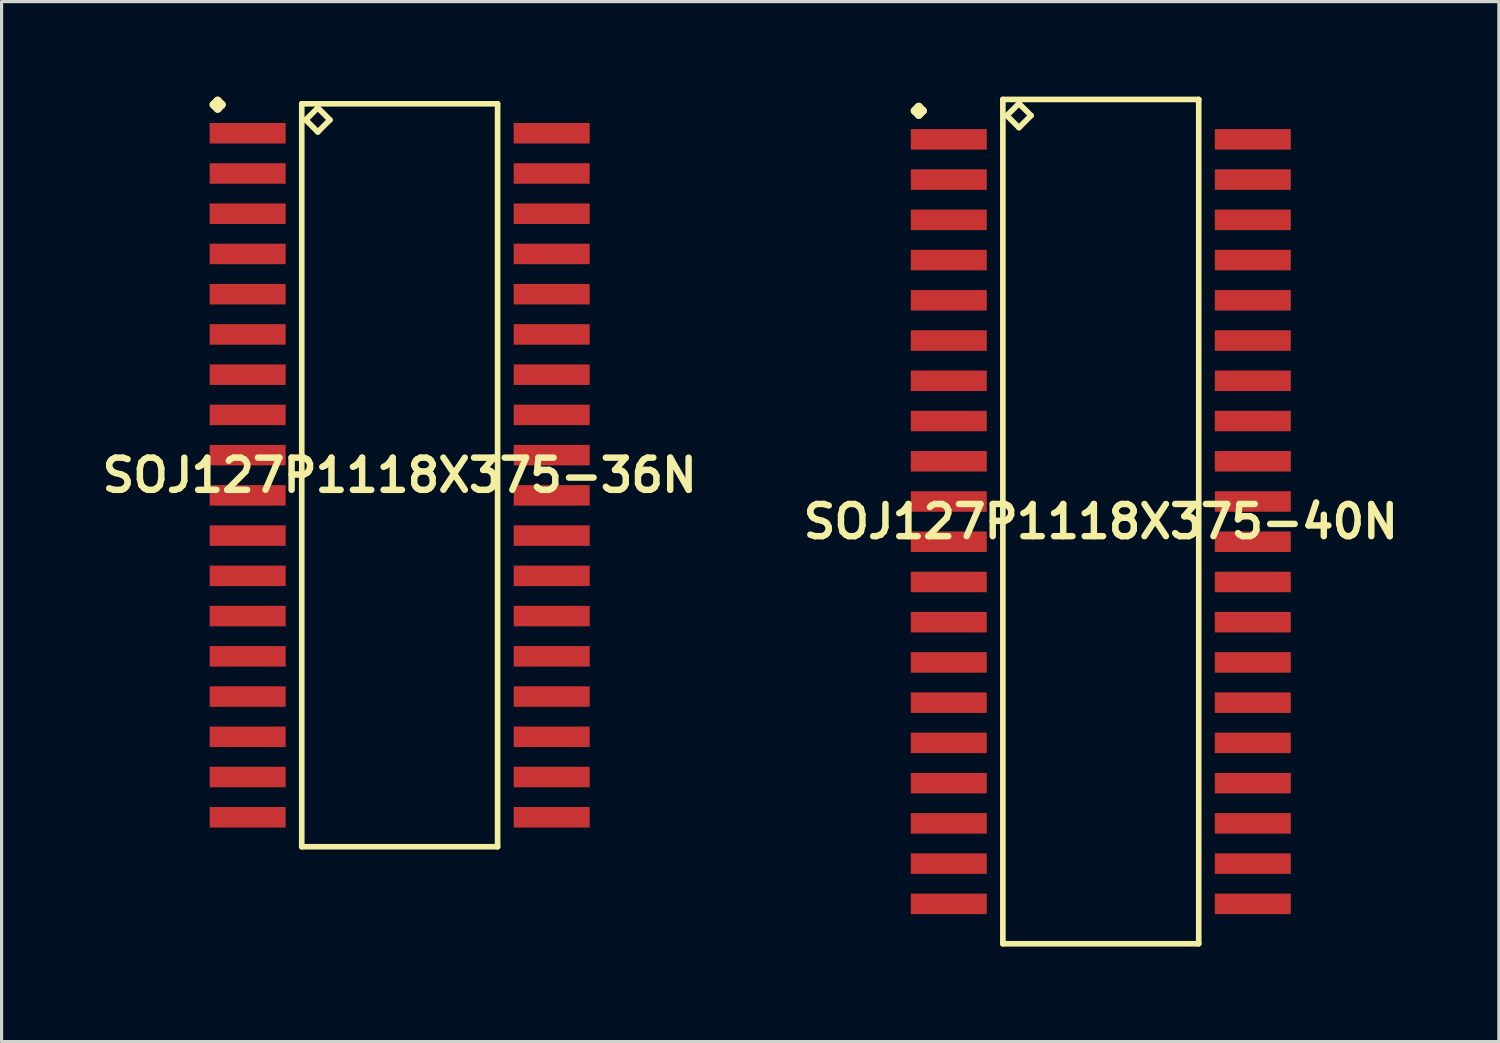
<source format=kicad_pcb>
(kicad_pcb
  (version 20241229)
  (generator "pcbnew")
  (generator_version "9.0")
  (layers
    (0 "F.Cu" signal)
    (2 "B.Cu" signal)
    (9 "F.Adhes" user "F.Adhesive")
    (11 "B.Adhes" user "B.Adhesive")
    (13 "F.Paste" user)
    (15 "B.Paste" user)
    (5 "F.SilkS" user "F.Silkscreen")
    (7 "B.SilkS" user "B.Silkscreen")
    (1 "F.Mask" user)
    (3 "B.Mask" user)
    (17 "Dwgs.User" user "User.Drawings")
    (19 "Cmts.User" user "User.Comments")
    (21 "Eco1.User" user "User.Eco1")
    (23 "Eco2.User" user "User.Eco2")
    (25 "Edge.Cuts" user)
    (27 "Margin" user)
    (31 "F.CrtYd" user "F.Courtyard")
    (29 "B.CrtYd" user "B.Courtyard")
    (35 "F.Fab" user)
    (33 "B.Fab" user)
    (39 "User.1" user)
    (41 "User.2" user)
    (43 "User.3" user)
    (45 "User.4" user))
  (footprint "SOJ127P1118X375-40N"
    (layer "F.Cu")
    (at 31.695 13.414)
    (property "Reference" "SOJ127P1118X375-40N" (at 0 0 0) (layer "F.SilkS") (effects (font (size 1.016 1.016) (thickness 0.203))))
    (attr smd)
    (fp_line (start -5.872 -12.967) (end -5.745 -13.094) (stroke (width 0.254) (type solid)) (layer "F.SilkS"))
    (fp_line (start -5.745 -13.094) (end -5.618 -12.967) (stroke (width 0.254) (type solid)) (layer "F.SilkS"))
    (fp_line (start -5.745 -12.84) (end -5.872 -12.967) (stroke (width 0.254) (type solid)) (layer "F.SilkS"))
    (fp_line (start -5.618 -12.967) (end -5.745 -12.84) (stroke (width 0.254) (type solid)) (layer "F.SilkS"))
    (fp_line (start -3.091 -13.325) (end -3.091 13.325) (stroke (width 0.178) (type solid)) (layer "F.SilkS"))
    (fp_line (start -3.091 13.325) (end 3.091 13.325) (stroke (width 0.178) (type solid)) (layer "F.SilkS"))
    (fp_line (start -2.964 -12.817) (end -2.583 -13.198) (stroke (width 0.178) (type solid)) (layer "F.SilkS"))
    (fp_line (start -2.583 -13.198) (end -2.202 -12.817) (stroke (width 0.178) (type solid)) (layer "F.SilkS"))
    (fp_line (start -2.583 -12.436) (end -2.964 -12.817) (stroke (width 0.178) (type solid)) (layer "F.SilkS"))
    (fp_line (start -2.202 -12.817) (end -2.583 -12.436) (stroke (width 0.178) (type solid)) (layer "F.SilkS"))
    (fp_line (start 3.091 -13.325) (end -3.091 -13.325) (stroke (width 0.178) (type solid)) (layer "F.SilkS"))
    (fp_line (start 3.091 13.325) (end 3.091 -13.325) (stroke (width 0.178) (type solid)) (layer "F.SilkS"))
    (pad "1" smd rect (at -4.798 -12.065) (size 2.398 0.648) (layers "F.Cu" "F.Mask" "F.Paste"))
    (pad "2" smd rect (at -4.798 -10.795) (size 2.398 0.648) (layers "F.Cu" "F.Mask" "F.Paste"))
    (pad "3" smd rect (at -4.798 -9.525) (size 2.398 0.648) (layers "F.Cu" "F.Mask" "F.Paste"))
    (pad "4" smd rect (at -4.798 -8.255) (size 2.398 0.648) (layers "F.Cu" "F.Mask" "F.Paste"))
    (pad "5" smd rect (at -4.798 -6.985) (size 2.398 0.648) (layers "F.Cu" "F.Mask" "F.Paste"))
    (pad "6" smd rect (at -4.798 -5.715) (size 2.398 0.648) (layers "F.Cu" "F.Mask" "F.Paste"))
    (pad "7" smd rect (at -4.798 -4.445) (size 2.398 0.648) (layers "F.Cu" "F.Mask" "F.Paste"))
    (pad "8" smd rect (at -4.798 -3.175) (size 2.398 0.648) (layers "F.Cu" "F.Mask" "F.Paste"))
    (pad "9" smd rect (at -4.798 -1.905) (size 2.398 0.648) (layers "F.Cu" "F.Mask" "F.Paste"))
    (pad "10" smd rect (at -4.798 -0.635) (size 2.398 0.648) (layers "F.Cu" "F.Mask" "F.Paste"))
    (pad "11" smd rect (at -4.798 0.635) (size 2.398 0.648) (layers "F.Cu" "F.Mask" "F.Paste"))
    (pad "12" smd rect (at -4.798 1.905) (size 2.398 0.648) (layers "F.Cu" "F.Mask" "F.Paste"))
    (pad "13" smd rect (at -4.798 3.175) (size 2.398 0.648) (layers "F.Cu" "F.Mask" "F.Paste"))
    (pad "14" smd rect (at -4.798 4.445) (size 2.398 0.648) (layers "F.Cu" "F.Mask" "F.Paste"))
    (pad "15" smd rect (at -4.798 5.715) (size 2.398 0.648) (layers "F.Cu" "F.Mask" "F.Paste"))
    (pad "16" smd rect (at -4.798 6.985) (size 2.398 0.648) (layers "F.Cu" "F.Mask" "F.Paste"))
    (pad "17" smd rect (at -4.798 8.255) (size 2.398 0.648) (layers "F.Cu" "F.Mask" "F.Paste"))
    (pad "18" smd rect (at -4.798 9.525) (size 2.398 0.648) (layers "F.Cu" "F.Mask" "F.Paste"))
    (pad "19" smd rect (at -4.798 10.795) (size 2.398 0.648) (layers "F.Cu" "F.Mask" "F.Paste"))
    (pad "20" smd rect (at -4.798 12.065) (size 2.398 0.648) (layers "F.Cu" "F.Mask" "F.Paste"))
    (pad "21" smd rect (at 4.798 12.065) (size 2.398 0.648) (layers "F.Cu" "F.Mask" "F.Paste"))
    (pad "22" smd rect (at 4.798 10.795) (size 2.398 0.648) (layers "F.Cu" "F.Mask" "F.Paste"))
    (pad "23" smd rect (at 4.798 9.525) (size 2.398 0.648) (layers "F.Cu" "F.Mask" "F.Paste"))
    (pad "24" smd rect (at 4.798 8.255) (size 2.398 0.648) (layers "F.Cu" "F.Mask" "F.Paste"))
    (pad "25" smd rect (at 4.798 6.985) (size 2.398 0.648) (layers "F.Cu" "F.Mask" "F.Paste"))
    (pad "26" smd rect (at 4.798 5.715) (size 2.398 0.648) (layers "F.Cu" "F.Mask" "F.Paste"))
    (pad "27" smd rect (at 4.798 4.445) (size 2.398 0.648) (layers "F.Cu" "F.Mask" "F.Paste"))
    (pad "28" smd rect (at 4.798 3.175) (size 2.398 0.648) (layers "F.Cu" "F.Mask" "F.Paste"))
    (pad "29" smd rect (at 4.798 1.905) (size 2.398 0.648) (layers "F.Cu" "F.Mask" "F.Paste"))
    (pad "30" smd rect (at 4.798 0.635) (size 2.398 0.648) (layers "F.Cu" "F.Mask" "F.Paste"))
    (pad "31" smd rect (at 4.798 -0.635) (size 2.398 0.648) (layers "F.Cu" "F.Mask" "F.Paste"))
    (pad "32" smd rect (at 4.798 -1.905) (size 2.398 0.648) (layers "F.Cu" "F.Mask" "F.Paste"))
    (pad "33" smd rect (at 4.798 -3.175) (size 2.398 0.648) (layers "F.Cu" "F.Mask" "F.Paste"))
    (pad "34" smd rect (at 4.798 -4.445) (size 2.398 0.648) (layers "F.Cu" "F.Mask" "F.Paste"))
    (pad "35" smd rect (at 4.798 -5.715) (size 2.398 0.648) (layers "F.Cu" "F.Mask" "F.Paste"))
    (pad "36" smd rect (at 4.798 -6.985) (size 2.398 0.648) (layers "F.Cu" "F.Mask" "F.Paste"))
    (pad "37" smd rect (at 4.798 -8.255) (size 2.398 0.648) (layers "F.Cu" "F.Mask" "F.Paste"))
    (pad "38" smd rect (at 4.798 -9.525) (size 2.398 0.648) (layers "F.Cu" "F.Mask" "F.Paste"))
    (pad "39" smd rect (at 4.798 -10.795) (size 2.398 0.648) (layers "F.Cu" "F.Mask" "F.Paste"))
    (pad "40" smd rect (at 4.798 -12.065) (size 2.398 0.648) (layers "F.Cu" "F.Mask" "F.Paste")))
  (footprint "SOJ127P1118X375-36N"
    (layer "F.Cu")
    (at 9.565 11.951)
    (property "Reference" "SOJ127P1118X375-36N" (at 0 0 0) (layer "F.SilkS") (effects (font (size 1.016 1.016) (thickness 0.203))))
    (attr smd)
    (fp_line (start -5.872 -11.697) (end -5.745 -11.824) (stroke (width 0.254) (type solid)) (layer "F.SilkS"))
    (fp_line (start -5.745 -11.824) (end -5.618 -11.697) (stroke (width 0.254) (type solid)) (layer "F.SilkS"))
    (fp_line (start -5.745 -11.57) (end -5.872 -11.697) (stroke (width 0.254) (type solid)) (layer "F.SilkS"))
    (fp_line (start -5.618 -11.697) (end -5.745 -11.57) (stroke (width 0.254) (type solid)) (layer "F.SilkS"))
    (fp_line (start -3.091 -11.725) (end -3.091 11.725) (stroke (width 0.178) (type solid)) (layer "F.SilkS"))
    (fp_line (start -3.091 11.725) (end 3.091 11.725) (stroke (width 0.178) (type solid)) (layer "F.SilkS"))
    (fp_line (start -2.964 -11.217) (end -2.583 -11.598) (stroke (width 0.178) (type solid)) (layer "F.SilkS"))
    (fp_line (start -2.583 -11.598) (end -2.202 -11.217) (stroke (width 0.178) (type solid)) (layer "F.SilkS"))
    (fp_line (start -2.583 -10.836) (end -2.964 -11.217) (stroke (width 0.178) (type solid)) (layer "F.SilkS"))
    (fp_line (start -2.202 -11.217) (end -2.583 -10.836) (stroke (width 0.178) (type solid)) (layer "F.SilkS"))
    (fp_line (start 3.091 -11.725) (end -3.091 -11.725) (stroke (width 0.178) (type solid)) (layer "F.SilkS"))
    (fp_line (start 3.091 11.725) (end 3.091 -11.725) (stroke (width 0.178) (type solid)) (layer "F.SilkS"))
    (pad "1" smd rect (at -4.798 -10.795) (size 2.398 0.648) (layers "F.Cu" "F.Mask" "F.Paste"))
    (pad "2" smd rect (at -4.798 -9.525) (size 2.398 0.648) (layers "F.Cu" "F.Mask" "F.Paste"))
    (pad "3" smd rect (at -4.798 -8.255) (size 2.398 0.648) (layers "F.Cu" "F.Mask" "F.Paste"))
    (pad "4" smd rect (at -4.798 -6.985) (size 2.398 0.648) (layers "F.Cu" "F.Mask" "F.Paste"))
    (pad "5" smd rect (at -4.798 -5.715) (size 2.398 0.648) (layers "F.Cu" "F.Mask" "F.Paste"))
    (pad "6" smd rect (at -4.798 -4.445) (size 2.398 0.648) (layers "F.Cu" "F.Mask" "F.Paste"))
    (pad "7" smd rect (at -4.798 -3.175) (size 2.398 0.648) (layers "F.Cu" "F.Mask" "F.Paste"))
    (pad "8" smd rect (at -4.798 -1.905) (size 2.398 0.648) (layers "F.Cu" "F.Mask" "F.Paste"))
    (pad "9" smd rect (at -4.798 -0.635) (size 2.398 0.648) (layers "F.Cu" "F.Mask" "F.Paste"))
    (pad "10" smd rect (at -4.798 0.635) (size 2.398 0.648) (layers "F.Cu" "F.Mask" "F.Paste"))
    (pad "11" smd rect (at -4.798 1.905) (size 2.398 0.648) (layers "F.Cu" "F.Mask" "F.Paste"))
    (pad "12" smd rect (at -4.798 3.175) (size 2.398 0.648) (layers "F.Cu" "F.Mask" "F.Paste"))
    (pad "13" smd rect (at -4.798 4.445) (size 2.398 0.648) (layers "F.Cu" "F.Mask" "F.Paste"))
    (pad "14" smd rect (at -4.798 5.715) (size 2.398 0.648) (layers "F.Cu" "F.Mask" "F.Paste"))
    (pad "15" smd rect (at -4.798 6.985) (size 2.398 0.648) (layers "F.Cu" "F.Mask" "F.Paste"))
    (pad "16" smd rect (at -4.798 8.255) (size 2.398 0.648) (layers "F.Cu" "F.Mask" "F.Paste"))
    (pad "17" smd rect (at -4.798 9.525) (size 2.398 0.648) (layers "F.Cu" "F.Mask" "F.Paste"))
    (pad "18" smd rect (at -4.798 10.795) (size 2.398 0.648) (layers "F.Cu" "F.Mask" "F.Paste"))
    (pad "19" smd rect (at 4.798 10.795) (size 2.398 0.648) (layers "F.Cu" "F.Mask" "F.Paste"))
    (pad "20" smd rect (at 4.798 9.525) (size 2.398 0.648) (layers "F.Cu" "F.Mask" "F.Paste"))
    (pad "21" smd rect (at 4.798 8.255) (size 2.398 0.648) (layers "F.Cu" "F.Mask" "F.Paste"))
    (pad "22" smd rect (at 4.798 6.985) (size 2.398 0.648) (layers "F.Cu" "F.Mask" "F.Paste"))
    (pad "23" smd rect (at 4.798 5.715) (size 2.398 0.648) (layers "F.Cu" "F.Mask" "F.Paste"))
    (pad "24" smd rect (at 4.798 4.445) (size 2.398 0.648) (layers "F.Cu" "F.Mask" "F.Paste"))
    (pad "25" smd rect (at 4.798 3.175) (size 2.398 0.648) (layers "F.Cu" "F.Mask" "F.Paste"))
    (pad "26" smd rect (at 4.798 1.905) (size 2.398 0.648) (layers "F.Cu" "F.Mask" "F.Paste"))
    (pad "27" smd rect (at 4.798 0.635) (size 2.398 0.648) (layers "F.Cu" "F.Mask" "F.Paste"))
    (pad "28" smd rect (at 4.798 -0.635) (size 2.398 0.648) (layers "F.Cu" "F.Mask" "F.Paste"))
    (pad "29" smd rect (at 4.798 -1.905) (size 2.398 0.648) (layers "F.Cu" "F.Mask" "F.Paste"))
    (pad "30" smd rect (at 4.798 -3.175) (size 2.398 0.648) (layers "F.Cu" "F.Mask" "F.Paste"))
    (pad "31" smd rect (at 4.798 -4.445) (size 2.398 0.648) (layers "F.Cu" "F.Mask" "F.Paste"))
    (pad "32" smd rect (at 4.798 -5.715) (size 2.398 0.648) (layers "F.Cu" "F.Mask" "F.Paste"))
    (pad "33" smd rect (at 4.798 -6.985) (size 2.398 0.648) (layers "F.Cu" "F.Mask" "F.Paste"))
    (pad "34" smd rect (at 4.798 -8.255) (size 2.398 0.648) (layers "F.Cu" "F.Mask" "F.Paste"))
    (pad "35" smd rect (at 4.798 -9.525) (size 2.398 0.648) (layers "F.Cu" "F.Mask" "F.Paste"))
    (pad "36" smd rect (at 4.798 -10.795) (size 2.398 0.648) (layers "F.Cu" "F.Mask" "F.Paste")))
  (gr_rect
    (start -3 -3)
    (end 44.26 29.827)
    (stroke (width 0.1) (type default))
    (fill no)
    (layer "Edge.Cuts")))
</source>
